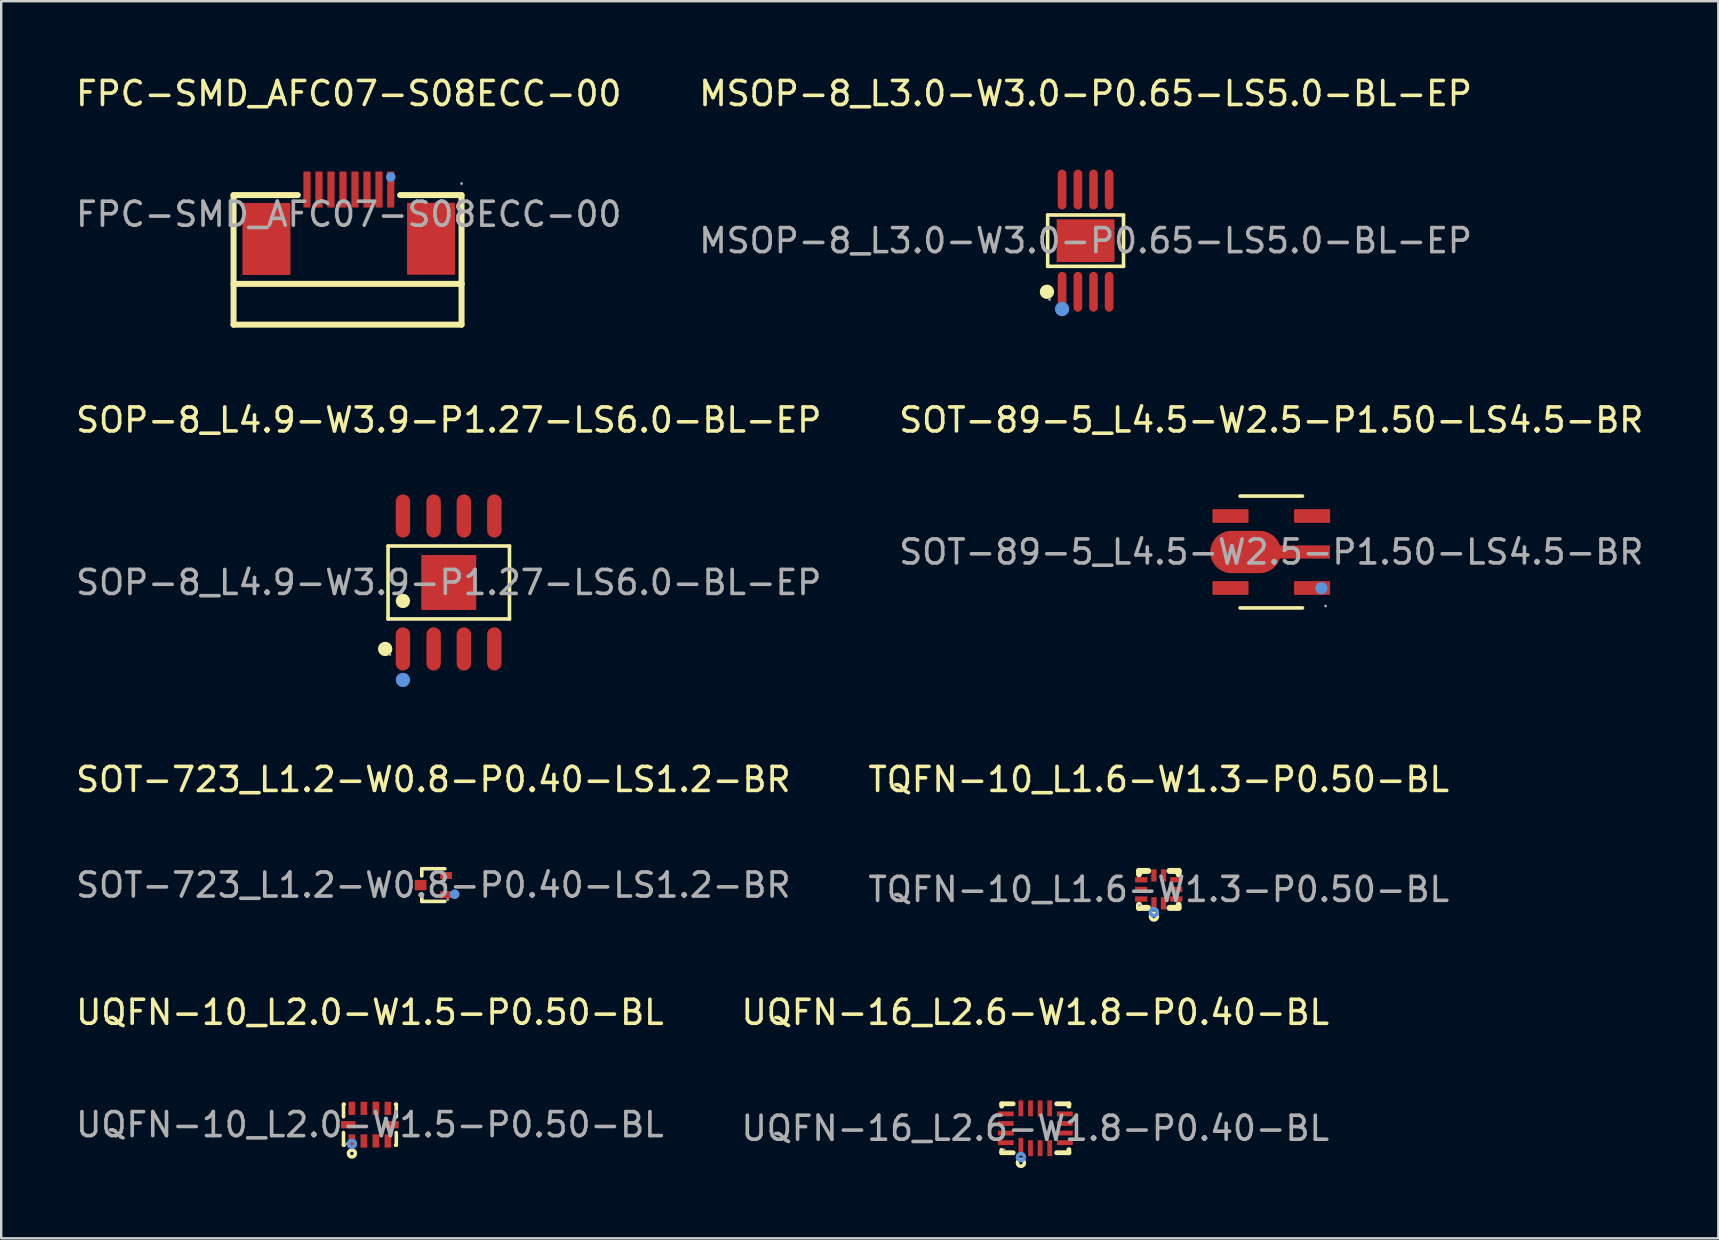
<source format=kicad_pcb>
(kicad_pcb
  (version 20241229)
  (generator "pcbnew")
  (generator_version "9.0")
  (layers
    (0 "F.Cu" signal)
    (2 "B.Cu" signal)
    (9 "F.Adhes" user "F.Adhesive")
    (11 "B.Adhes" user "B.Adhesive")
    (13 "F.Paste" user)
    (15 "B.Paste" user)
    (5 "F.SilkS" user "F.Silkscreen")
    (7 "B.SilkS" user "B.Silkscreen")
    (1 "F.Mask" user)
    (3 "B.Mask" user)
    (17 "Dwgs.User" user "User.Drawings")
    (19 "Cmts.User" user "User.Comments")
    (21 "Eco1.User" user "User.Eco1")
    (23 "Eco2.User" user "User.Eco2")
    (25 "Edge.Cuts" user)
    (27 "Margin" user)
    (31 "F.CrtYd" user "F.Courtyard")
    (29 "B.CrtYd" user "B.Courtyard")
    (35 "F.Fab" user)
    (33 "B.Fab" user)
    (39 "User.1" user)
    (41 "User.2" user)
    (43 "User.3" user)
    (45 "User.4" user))
  (footprint "UQFN-16_L2.6-W1.8-P0.40-BL"
    (layer "F.Cu")
    (at 40.089 43.963)
    (property "Reference" "UQFN-16_L2.6-W1.8-P0.40-BL" (at 0 -4.83 0) (layer "F.SilkS") (effects (font (size 1 1) (thickness 0.15))))
    (attr through_hole)
    (fp_line (start -1.4 -1.02) (end -1.4 -0.92) (stroke (width 0.2) (type solid)) (layer "F.SilkS"))
    (fp_line (start -1.4 0.92) (end -1.4 1.02) (stroke (width 0.2) (type solid)) (layer "F.SilkS"))
    (fp_line (start -1.4 1.02) (end -0.92 1.02) (stroke (width 0.2) (type solid)) (layer "F.SilkS"))
    (fp_line (start -0.92 -1.02) (end -1.4 -1.02) (stroke (width 0.2) (type solid)) (layer "F.SilkS"))
    (fp_line (start 0.89 -1.02) (end 1.4 -1.02) (stroke (width 0.2) (type solid)) (layer "F.SilkS"))
    (fp_line (start 1.4 -1.02) (end 1.4 -0.92) (stroke (width 0.2) (type solid)) (layer "F.SilkS"))
    (fp_line (start 1.4 0.89) (end 1.4 1.02) (stroke (width 0.2) (type solid)) (layer "F.SilkS"))
    (fp_line (start 1.4 1.02) (end 0.89 1.02) (stroke (width 0.2) (type solid)) (layer "F.SilkS"))
    (fp_circle (center -0.6 1.44) (end -0.53 1.44) (stroke (width 0.15) (type solid)) (fill no) (layer "F.SilkS"))
    (fp_circle (center -0.6 1.2) (end -0.53 1.2) (stroke (width 0.15) (type solid)) (fill no) (layer "Cmts.User"))
    (fp_circle (center -1.3 0.9) (end -1.27 0.9) (stroke (width 0.06) (type solid)) (fill no) (layer "F.Fab"))
    (fp_text user "${REFERENCE}" (at 0 0 0) (layer "F.Fab") (effects (font (size 1 1) (thickness 0.15))))
    (pad "1" smd rect (at -0.6 0.78) (size 0.2 0.76) (layers "F.Cu" "F.Mask" "F.Paste"))
    (pad "2" smd rect (at -0.2 0.83) (size 0.2 0.66) (layers "F.Cu" "F.Mask" "F.Paste"))
    (pad "3" smd rect (at 0.2 0.83) (size 0.2 0.66) (layers "F.Cu" "F.Mask" "F.Paste"))
    (pad "4" smd rect (at 0.6 0.83) (size 0.2 0.66) (layers "F.Cu" "F.Mask" "F.Paste"))
    (pad "5" smd rect (at 1.23 0.6) (size 0.66 0.2) (layers "F.Cu" "F.Mask" "F.Paste"))
    (pad "6" smd rect (at 1.23 0.2) (size 0.66 0.2) (layers "F.Cu" "F.Mask" "F.Paste"))
    (pad "7" smd rect (at 1.23 -0.2) (size 0.66 0.2) (layers "F.Cu" "F.Mask" "F.Paste"))
    (pad "8" smd rect (at 1.23 -0.6) (size 0.66 0.2) (layers "F.Cu" "F.Mask" "F.Paste"))
    (pad "9" smd rect (at 0.6 -0.83) (size 0.2 0.66) (layers "F.Cu" "F.Mask" "F.Paste"))
    (pad "10" smd rect (at 0.2 -0.83) (size 0.2 0.66) (layers "F.Cu" "F.Mask" "F.Paste"))
    (pad "11" smd rect (at -0.2 -0.83) (size 0.2 0.66) (layers "F.Cu" "F.Mask" "F.Paste"))
    (pad "12" smd rect (at -0.6 -0.83) (size 0.2 0.66) (layers "F.Cu" "F.Mask" "F.Paste"))
    (pad "13" smd rect (at -1.23 -0.6) (size 0.66 0.2) (layers "F.Cu" "F.Mask" "F.Paste"))
    (pad "14" smd rect (at -1.23 -0.2) (size 0.66 0.2) (layers "F.Cu" "F.Mask" "F.Paste"))
    (pad "15" smd rect (at -1.23 0.2) (size 0.66 0.2) (layers "F.Cu" "F.Mask" "F.Paste"))
    (pad "16" smd rect (at -1.23 0.6) (size 0.66 0.2) (layers "F.Cu" "F.Mask" "F.Paste")))
  (footprint "UQFN-10_L2.0-W1.5-P0.50-BL"
    (layer "F.Cu")
    (at 12.363 43.813)
    (property "Reference" "UQFN-10_L2.0-W1.5-P0.50-BL" (at 0 -4.68 0) (layer "F.SilkS") (effects (font (size 1 1) (thickness 0.15))))
    (attr through_hole)
    (fp_line (start -1.1 -0.85) (end -1.07 -0.85) (stroke (width 0.15) (type solid)) (layer "F.SilkS"))
    (fp_line (start -1.1 -0.33) (end -1.1 -0.85) (stroke (width 0.15) (type solid)) (layer "F.SilkS"))
    (fp_line (start -1.1 0.85) (end -1.1 0.33) (stroke (width 0.15) (type solid)) (layer "F.SilkS"))
    (fp_line (start -1.07 0.85) (end -1.1 0.85) (stroke (width 0.15) (type solid)) (layer "F.SilkS"))
    (fp_line (start 1.07 -0.85) (end 1.1 -0.85) (stroke (width 0.15) (type solid)) (layer "F.SilkS"))
    (fp_line (start 1.1 -0.85) (end 1.1 -0.33) (stroke (width 0.15) (type solid)) (layer "F.SilkS"))
    (fp_line (start 1.1 0.33) (end 1.1 0.85) (stroke (width 0.15) (type solid)) (layer "F.SilkS"))
    (fp_line (start 1.1 0.85) (end 1.07 0.85) (stroke (width 0.15) (type solid)) (layer "F.SilkS"))
    (fp_circle (center -0.75 1.2) (end -0.68 1.2) (stroke (width 0.15) (type solid)) (fill no) (layer "F.SilkS"))
    (fp_circle (center -0.75 0.8) (end -0.68 0.8) (stroke (width 0.15) (type solid)) (fill no) (layer "Cmts.User"))
    (fp_circle (center -1 0.8) (end -0.97 0.8) (stroke (width 0.06) (type solid)) (fill no) (layer "F.Fab"))
    (fp_text user "${REFERENCE}" (at 0 0 0) (layer "F.Fab") (effects (font (size 1 1) (thickness 0.15))))
    (pad "1" smd rect (at -0.75 0.68) (size 0.28 0.55) (layers "F.Cu" "F.Mask" "F.Paste"))
    (pad "2" smd rect (at -0.25 0.68) (size 0.28 0.55) (layers "F.Cu" "F.Mask" "F.Paste"))
    (pad "3" smd rect (at 0.25 0.68) (size 0.28 0.55) (layers "F.Cu" "F.Mask" "F.Paste"))
    (pad "4" smd rect (at 0.75 0.68) (size 0.28 0.55) (layers "F.Cu" "F.Mask" "F.Paste"))
    (pad "5" smd rect (at 0.9 0) (size 0.6 0.3) (layers "F.Cu" "F.Mask" "F.Paste"))
    (pad "6" smd rect (at 0.75 -0.68) (size 0.28 0.55) (layers "F.Cu" "F.Mask" "F.Paste"))
    (pad "7" smd rect (at 0.25 -0.68) (size 0.28 0.55) (layers "F.Cu" "F.Mask" "F.Paste"))
    (pad "8" smd rect (at -0.25 -0.68) (size 0.28 0.55) (layers "F.Cu" "F.Mask" "F.Paste"))
    (pad "9" smd rect (at -0.75 -0.68) (size 0.28 0.55) (layers "F.Cu" "F.Mask" "F.Paste"))
    (pad "10" smd rect (at -0.9 0) (size 0.6 0.3) (layers "F.Cu" "F.Mask" "F.Paste")))
  (footprint "SOT-89-5_L4.5-W2.5-P1.50-LS4.5-BR"
    (layer "F.Cu")
    (at 49.923 19.951)
    (property "Reference" "SOT-89-5_L4.5-W2.5-P1.50-LS4.5-BR" (at 0 -5.5 0) (layer "F.SilkS") (effects (font (size 1 1) (thickness 0.15))))
    (attr through_hole)
    (fp_line (start 1.3 -2.33) (end -1.3 -2.33) (stroke (width 0.15) (type solid)) (layer "F.SilkS"))
    (fp_line (start 1.3 2.33) (end -1.3 2.33) (stroke (width 0.15) (type solid)) (layer "F.SilkS"))
    (fp_circle (center 2.09 1.51) (end 2.22 1.51) (stroke (width 0.25) (type solid)) (fill no) (layer "Cmts.User"))
    (fp_circle (center 2.26 2.25) (end 2.29 2.25) (stroke (width 0.06) (type solid)) (fill no) (layer "F.Fab"))
    (fp_text user "${REFERENCE}" (at 0 0 0) (layer "F.Fab") (effects (font (size 1 1) (thickness 0.15))))
    (pad "1" smd rect (at 1.7 1.5) (size 1.5 0.57) (layers "F.Cu" "F.Mask" "F.Paste"))
    (pad "2" smd oval (at -1.07 0) (size 2.94 1.76) (layers "F.Cu" "F.Mask" "F.Paste"))
    (pad "2" smd rect (at 1.34 0) (size 2.21 0.55) (layers "F.Cu" "F.Mask" "F.Paste"))
    (pad "3" smd rect (at 1.7 -1.5) (size 1.5 0.57) (layers "F.Cu" "F.Mask" "F.Paste"))
    (pad "4" smd rect (at -1.7 -1.5) (size 1.5 0.57) (layers "F.Cu" "F.Mask" "F.Paste"))
    (pad "5" smd rect (at -1.7 1.5) (size 1.5 0.57) (layers "F.Cu" "F.Mask" "F.Paste")))
  (footprint "SOT-723_L1.2-W0.8-P0.40-LS1.2-BR"
    (layer "F.Cu")
    (at 15.006 33.83)
    (property "Reference" "SOT-723_L1.2-W0.8-P0.40-LS1.2-BR" (at 0 -4.4 0) (layer "F.SilkS") (effects (font (size 1 1) (thickness 0.15))))
    (attr through_hole)
    (fp_line (start -0.48 -0.68) (end -0.48 -0.38) (stroke (width 0.15) (type solid)) (layer "F.SilkS"))
    (fp_line (start -0.48 0.68) (end -0.48 0.38) (stroke (width 0.15) (type solid)) (layer "F.SilkS"))
    (fp_line (start 0.48 -0.68) (end -0.48 -0.68) (stroke (width 0.15) (type solid)) (layer "F.SilkS"))
    (fp_line (start 0.48 -0.02) (end 0.48 0.02) (stroke (width 0.15) (type solid)) (layer "F.SilkS"))
    (fp_line (start 0.48 0.68) (end -0.48 0.68) (stroke (width 0.15) (type solid)) (layer "F.SilkS"))
    (fp_circle (center 0.89 0.38) (end 0.99 0.38) (stroke (width 0.2) (type solid)) (fill no) (layer "Cmts.User"))
    (fp_circle (center 0.6 0.6) (end 0.63 0.6) (stroke (width 0.06) (type solid)) (fill no) (layer "F.Fab"))
    (fp_text user "${REFERENCE}" (at 0 0 0) (layer "F.Fab") (effects (font (size 1 1) (thickness 0.15))))
    (pad "1" smd rect (at 0.53 0.4) (size 0.49 0.29) (layers "F.Cu" "F.Mask" "F.Paste"))
    (pad "2" smd rect (at 0.53 -0.4) (size 0.49 0.29) (layers "F.Cu" "F.Mask" "F.Paste"))
    (pad "3" smd rect (at -0.53 0) (size 0.49 0.43) (layers "F.Cu" "F.Mask" "F.Paste")))
  (footprint "TQFN-10_L1.6-W1.3-P0.50-BL"
    (layer "F.Cu")
    (at 45.232 34.01)
    (property "Reference" "TQFN-10_L1.6-W1.3-P0.50-BL" (at 0 -4.58 0) (layer "F.SilkS") (effects (font (size 1 1) (thickness 0.15))))
    (attr through_hole)
    (fp_line (start -0.82 -0.77) (end -0.82 -0.63) (stroke (width 0.25) (type solid)) (layer "F.SilkS"))
    (fp_line (start -0.82 0.77) (end -0.82 0.64) (stroke (width 0.25) (type solid)) (layer "F.SilkS"))
    (fp_line (start -0.82 0.77) (end -0.45 0.77) (stroke (width 0.25) (type solid)) (layer "F.SilkS"))
    (fp_line (start -0.44 -0.77) (end -0.82 -0.77) (stroke (width 0.25) (type solid)) (layer "F.SilkS"))
    (fp_line (start 0.45 0.77) (end 0.83 0.77) (stroke (width 0.25) (type solid)) (layer "F.SilkS"))
    (fp_line (start 0.82 0.77) (end 0.83 0.64) (stroke (width 0.25) (type solid)) (layer "F.SilkS"))
    (fp_line (start 0.83 -0.77) (end 0.45 -0.77) (stroke (width 0.25) (type solid)) (layer "F.SilkS"))
    (fp_line (start 0.83 -0.77) (end 0.83 -0.63) (stroke (width 0.25) (type solid)) (layer "F.SilkS"))
    (fp_circle (center -0.2 1.13) (end -0.13 1.13) (stroke (width 0.15) (type solid)) (fill no) (layer "F.SilkS"))
    (fp_circle (center -0.2 0.95) (end -0.13 0.95) (stroke (width 0.15) (type solid)) (fill no) (layer "Cmts.User"))
    (fp_circle (center -0.8 0.65) (end -0.77 0.65) (stroke (width 0.06) (type solid)) (fill no) (layer "F.Fab"))
    (fp_text user "${REFERENCE}" (at 0 0 0) (layer "F.Fab") (effects (font (size 1 1) (thickness 0.15))))
    (pad "1" smd rect (at -0.2 0.58 90) (size 0.51 0.22) (layers "F.Cu" "F.Mask" "F.Paste"))
    (pad "2" smd rect (at 0.2 0.58 90) (size 0.51 0.22) (layers "F.Cu" "F.Mask" "F.Paste"))
    (pad "3" smd rect (at 0.73 0.4 90) (size 0.22 0.51) (layers "F.Cu" "F.Mask" "F.Paste"))
    (pad "4" smd rect (at 0.73 0 90) (size 0.22 0.51) (layers "F.Cu" "F.Mask" "F.Paste"))
    (pad "5" smd rect (at 0.73 -0.4 90) (size 0.22 0.51) (layers "F.Cu" "F.Mask" "F.Paste"))
    (pad "6" smd rect (at 0.2 -0.58 90) (size 0.51 0.22) (layers "F.Cu" "F.Mask" "F.Paste"))
    (pad "7" smd rect (at -0.2 -0.58 90) (size 0.51 0.22) (layers "F.Cu" "F.Mask" "F.Paste"))
    (pad "8" smd rect (at -0.73 -0.4 90) (size 0.22 0.51) (layers "F.Cu" "F.Mask" "F.Paste"))
    (pad "9" smd rect (at -0.73 0 90) (size 0.22 0.51) (layers "F.Cu" "F.Mask" "F.Paste"))
    (pad "10" smd rect (at -0.73 0.4 90) (size 0.22 0.51) (layers "F.Cu" "F.Mask" "F.Paste")))
  (footprint "MSOP-8_L3.0-W3.0-P0.65-LS5.0-BL-EP"
    (layer "F.Cu")
    (at 42.185 6.978)
    (property "Reference" "MSOP-8_L3.0-W3.0-P0.65-LS5.0-BL-EP" (at 0 -6.13 0) (layer "F.SilkS") (effects (font (size 1 1) (thickness 0.15))))
    (attr through_hole)
    (fp_line (start -1.58 -1.07) (end 1.58 -1.07) (stroke (width 0.15) (type solid)) (layer "F.SilkS"))
    (fp_line (start -1.58 1.07) (end -1.58 -1.07) (stroke (width 0.15) (type solid)) (layer "F.SilkS"))
    (fp_line (start 1.58 -1.07) (end 1.58 1.07) (stroke (width 0.15) (type solid)) (layer "F.SilkS"))
    (fp_line (start 1.58 1.07) (end -1.58 1.07) (stroke (width 0.15) (type solid)) (layer "F.SilkS"))
    (fp_circle (center -1.61 2.13) (end -1.46 2.13) (stroke (width 0.3) (type solid)) (fill no) (layer "F.SilkS"))
    (fp_circle (center -0.98 2.85) (end -0.83 2.85) (stroke (width 0.3) (type solid)) (fill no) (layer "Cmts.User"))
    (fp_circle (center -1.5 2.45) (end -1.47 2.45) (stroke (width 0.06) (type solid)) (fill no) (layer "F.Fab"))
    (fp_text user "${REFERENCE}" (at 0 0 0) (layer "F.Fab") (effects (font (size 1 1) (thickness 0.15))))
    (pad "1" smd oval (at -0.98 2.13) (size 0.36 1.66) (layers "F.Cu" "F.Mask" "F.Paste"))
    (pad "2" smd oval (at -0.32 2.13) (size 0.36 1.66) (layers "F.Cu" "F.Mask" "F.Paste"))
    (pad "3" smd oval (at 0.33 2.13) (size 0.36 1.66) (layers "F.Cu" "F.Mask" "F.Paste"))
    (pad "4" smd oval (at 0.98 2.13) (size 0.36 1.66) (layers "F.Cu" "F.Mask" "F.Paste"))
    (pad "5" smd oval (at 0.98 -2.13) (size 0.36 1.66) (layers "F.Cu" "F.Mask" "F.Paste"))
    (pad "6" smd oval (at 0.33 -2.13) (size 0.36 1.66) (layers "F.Cu" "F.Mask" "F.Paste"))
    (pad "7" smd oval (at -0.32 -2.13) (size 0.36 1.66) (layers "F.Cu" "F.Mask" "F.Paste"))
    (pad "8" smd oval (at -0.98 -2.13) (size 0.36 1.66) (layers "F.Cu" "F.Mask" "F.Paste"))
    (pad "9" smd rect (at 0 0) (size 2.41 1.78) (layers "F.Cu" "F.Mask" "F.Paste")))
  (footprint "SOP-8_L4.9-W3.9-P1.27-LS6.0-BL-EP"
    (layer "F.Cu")
    (at 15.649 21.221)
    (property "Reference" "SOP-8_L4.9-W3.9-P1.27-LS6.0-BL-EP" (at 0 -6.77 0) (layer "F.SilkS") (effects (font (size 1 1) (thickness 0.15))))
    (attr through_hole)
    (fp_line (start -2.53 -1.52) (end 2.53 -1.52) (stroke (width 0.15) (type solid)) (layer "F.SilkS"))
    (fp_line (start -2.53 1.52) (end -2.53 -1.52) (stroke (width 0.15) (type solid)) (layer "F.SilkS"))
    (fp_line (start 2.53 -1.52) (end 2.53 1.52) (stroke (width 0.15) (type solid)) (layer "F.SilkS"))
    (fp_line (start 2.53 1.52) (end -2.53 1.52) (stroke (width 0.15) (type solid)) (layer "F.SilkS"))
    (fp_circle (center -2.65 2.77) (end -2.5 2.77) (stroke (width 0.3) (type solid)) (fill no) (layer "F.SilkS"))
    (fp_circle (center -1.91 0.77) (end -1.76 0.77) (stroke (width 0.3) (type solid)) (fill no) (layer "F.SilkS"))
    (fp_circle (center -1.91 4.06) (end -1.76 4.06) (stroke (width 0.3) (type solid)) (fill no) (layer "Cmts.User"))
    (fp_circle (center -2.45 3) (end -2.42 3) (stroke (width 0.06) (type solid)) (fill no) (layer "F.Fab"))
    (fp_text user "${REFERENCE}" (at 0 0 0) (layer "F.Fab") (effects (font (size 1 1) (thickness 0.15))))
    (pad "1" smd oval (at -1.91 2.77) (size 0.6 1.8) (layers "F.Cu" "F.Mask" "F.Paste"))
    (pad "2" smd oval (at -0.63 2.77) (size 0.6 1.8) (layers "F.Cu" "F.Mask" "F.Paste"))
    (pad "3" smd oval (at 0.63 2.77) (size 0.6 1.8) (layers "F.Cu" "F.Mask" "F.Paste"))
    (pad "4" smd oval (at 1.9 2.77) (size 0.6 1.8) (layers "F.Cu" "F.Mask" "F.Paste"))
    (pad "5" smd oval (at 1.9 -2.77) (size 0.6 1.8) (layers "F.Cu" "F.Mask" "F.Paste"))
    (pad "6" smd oval (at 0.63 -2.77) (size 0.6 1.8) (layers "F.Cu" "F.Mask" "F.Paste"))
    (pad "7" smd oval (at -0.63 -2.77) (size 0.6 1.8) (layers "F.Cu" "F.Mask" "F.Paste"))
    (pad "8" smd oval (at -1.91 -2.77) (size 0.6 1.8) (layers "F.Cu" "F.Mask" "F.Paste"))
    (pad "9" smd rect (at 0 0) (size 2.29 2.29) (layers "F.Cu" "F.Mask" "F.Paste")))
  (footprint "FPC-SMD_AFC07-S08ECC-00"
    (layer "F.Cu")
    (at 11.482 5.878)
    (property "Reference" "FPC-SMD_AFC07-S08ECC-00" (at 0 -5.03 0) (layer "F.SilkS") (effects (font (size 1 1) (thickness 0.15))))
    (attr through_hole)
    (fp_line (start -4.8 -0.8) (end -4.8 2.9) (stroke (width 0.25) (type solid)) (layer "F.SilkS"))
    (fp_line (start -4.8 2.9) (end -4.8 4.6) (stroke (width 0.25) (type solid)) (layer "F.SilkS"))
    (fp_line (start -4.8 4.6) (end 4.7 4.6) (stroke (width 0.25) (type solid)) (layer "F.SilkS"))
    (fp_line (start -4.65 2.9) (end 4.7 2.9) (stroke (width 0.25) (type solid)) (layer "F.SilkS"))
    (fp_line (start -2.12 -0.8) (end -4.8 -0.8) (stroke (width 0.25) (type solid)) (layer "F.SilkS"))
    (fp_line (start 4.7 -0.8) (end 2.14 -0.8) (stroke (width 0.25) (type solid)) (layer "F.SilkS"))
    (fp_line (start 4.7 2.9) (end 4.7 2.89) (stroke (width 0.25) (type solid)) (layer "F.SilkS"))
    (fp_line (start 4.7 4.6) (end 4.7 -0.8) (stroke (width 0.25) (type solid)) (layer "F.SilkS"))
    (fp_circle (center 1.75 -1.55) (end 1.85 -1.55) (stroke (width 0.2) (type solid)) (fill no) (layer "Cmts.User"))
    (fp_circle (center 4.7 -1.28) (end 4.73 -1.28) (stroke (width 0.06) (type solid)) (fill no) (layer "F.Fab"))
    (fp_text user "${REFERENCE}" (at 0 0 0) (layer "F.Fab") (effects (font (size 1 1) (thickness 0.15))))
    (pad "1" smd rect (at 1.75 -1.03 180) (size 0.3 1.5) (layers "F.Cu" "F.Mask" "F.Paste"))
    (pad "2" smd rect (at 1.26 -1.03 180) (size 0.3 1.5) (layers "F.Cu" "F.Mask" "F.Paste"))
    (pad "3" smd rect (at 0.76 -1.03 180) (size 0.3 1.5) (layers "F.Cu" "F.Mask" "F.Paste"))
    (pad "4" smd rect (at 0.26 -1.03 180) (size 0.3 1.5) (layers "F.Cu" "F.Mask" "F.Paste"))
    (pad "5" smd rect (at -0.24 -1.03 180) (size 0.3 1.5) (layers "F.Cu" "F.Mask" "F.Paste"))
    (pad "6" smd rect (at -0.74 -1.03 180) (size 0.3 1.5) (layers "F.Cu" "F.Mask" "F.Paste"))
    (pad "7" smd rect (at -1.24 -1.03 180) (size 0.3 1.5) (layers "F.Cu" "F.Mask" "F.Paste"))
    (pad "8" smd rect (at -1.74 -1.03 180) (size 0.3 1.5) (layers "F.Cu" "F.Mask" "F.Paste"))
    (pad "9" smd rect (at -3.43 1.03) (size 2 3) (layers "F.Cu" "F.Mask" "F.Paste"))
    (pad "10" smd rect (at 3.43 1.02 180) (size 2 3) (layers "F.Cu" "F.Mask" "F.Paste")))
  (gr_rect
    (start -3 -3)
    (end 68.548 48.548)
    (stroke (width 0.1) (type default))
    (fill no)
    (layer "Edge.Cuts")))
</source>
